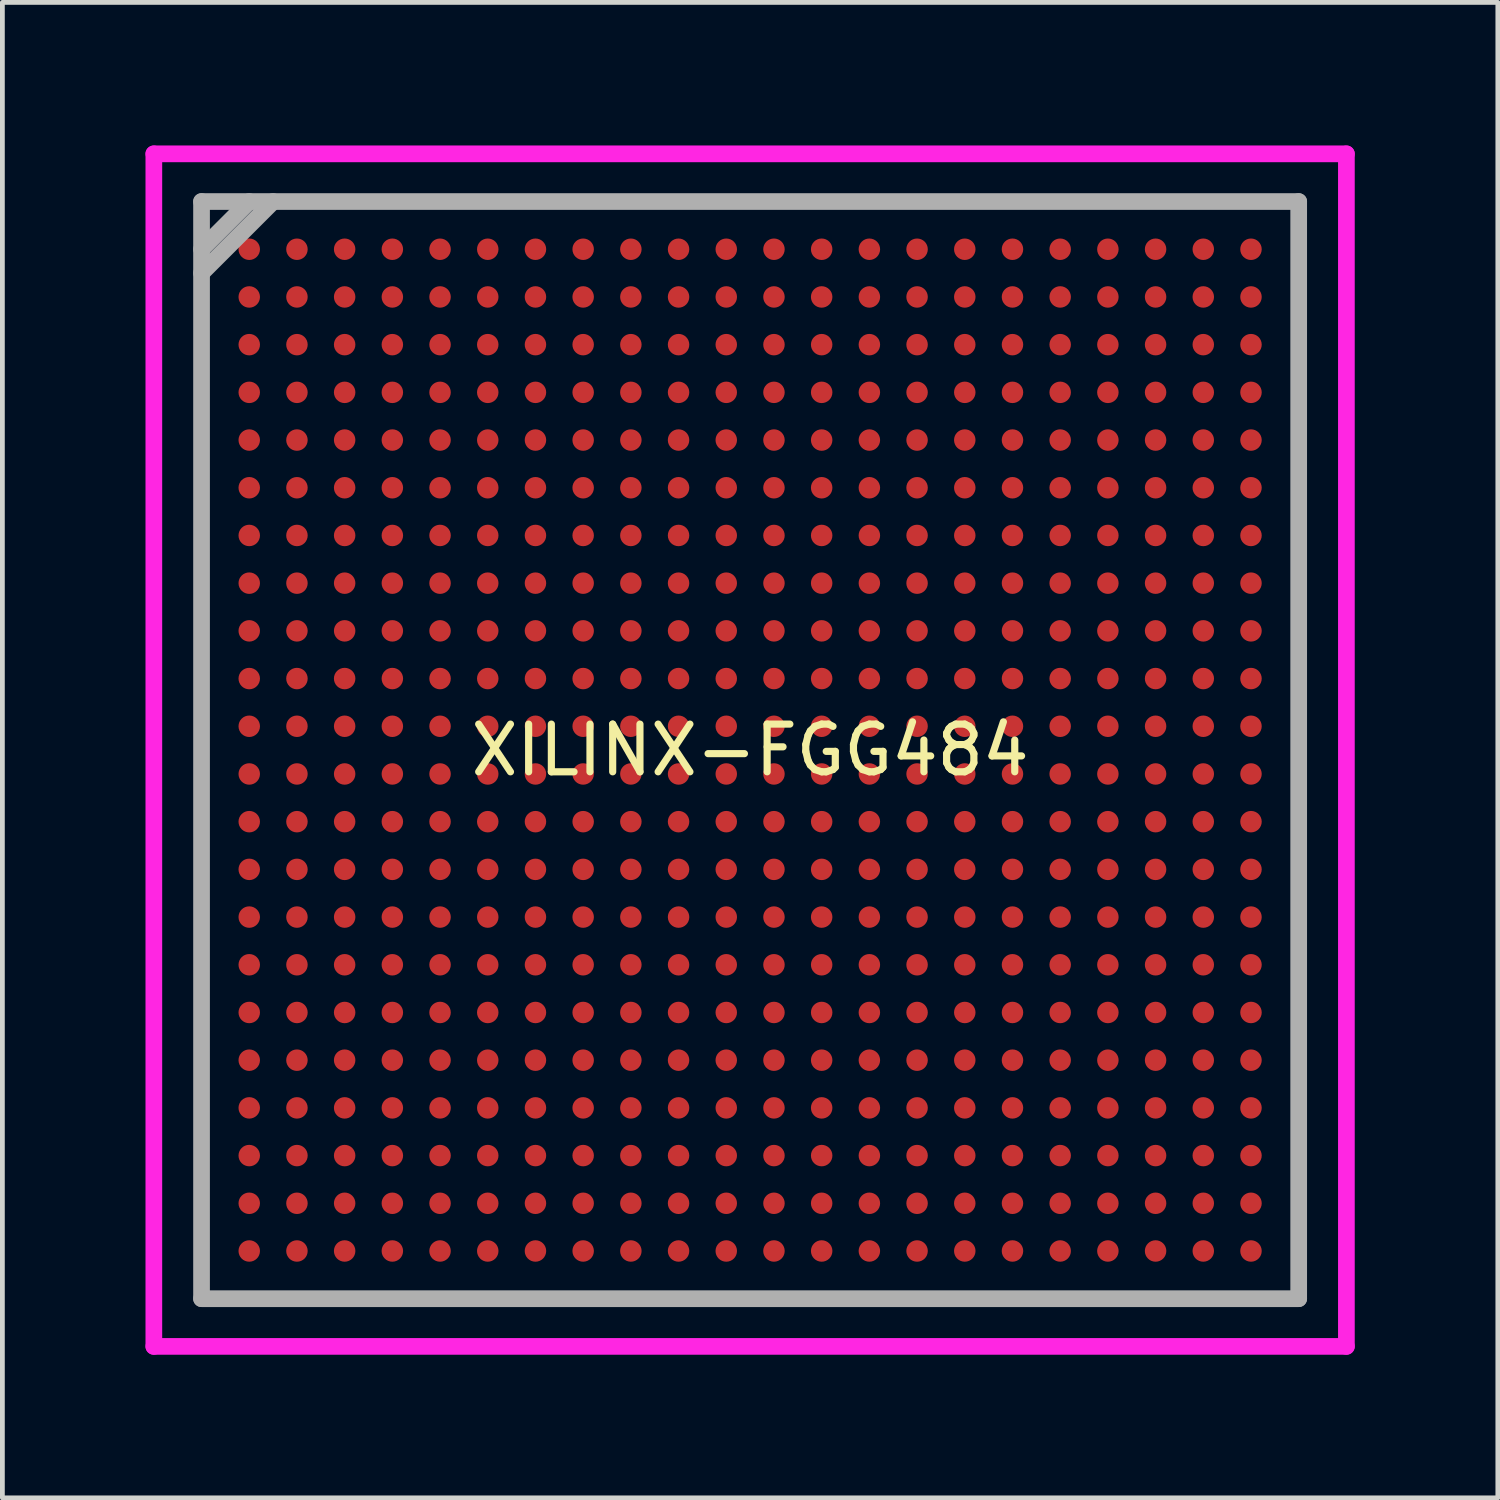
<source format=kicad_pcb>
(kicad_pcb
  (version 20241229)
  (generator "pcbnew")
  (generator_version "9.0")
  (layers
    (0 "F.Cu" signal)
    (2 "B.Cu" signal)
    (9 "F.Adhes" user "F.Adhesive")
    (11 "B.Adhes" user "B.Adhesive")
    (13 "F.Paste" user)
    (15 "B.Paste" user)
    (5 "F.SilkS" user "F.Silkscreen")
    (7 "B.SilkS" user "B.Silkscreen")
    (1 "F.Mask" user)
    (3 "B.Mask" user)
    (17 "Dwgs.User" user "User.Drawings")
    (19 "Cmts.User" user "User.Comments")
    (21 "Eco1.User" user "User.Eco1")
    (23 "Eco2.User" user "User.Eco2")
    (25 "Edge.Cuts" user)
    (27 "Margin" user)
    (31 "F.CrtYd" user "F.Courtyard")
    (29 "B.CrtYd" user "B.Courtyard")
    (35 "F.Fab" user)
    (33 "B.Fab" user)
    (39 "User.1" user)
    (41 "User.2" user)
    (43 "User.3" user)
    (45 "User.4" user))
  (footprint "XILINX-FGG484"
    (layer "F.Cu")
    (at 12.675 12.675)
    (property "Reference" "XILINX-FGG484" (at 0 0 0) (layer "F.SilkS") (effects (font (size 1 1) (thickness 0.15))))
    (attr through_hole)
    (fp_line (start -12.5 -12.5) (end 12.5 -12.5) (stroke (width 0.35) (type solid)) (layer "F.CrtYd"))
    (fp_line (start -12.5 12.5) (end -12.5 -12.5) (stroke (width 0.35) (type solid)) (layer "F.CrtYd"))
    (fp_line (start 12.5 -12.5) (end 12.5 12.5) (stroke (width 0.35) (type solid)) (layer "F.CrtYd"))
    (fp_line (start 12.5 12.5) (end -12.5 12.5) (stroke (width 0.35) (type solid)) (layer "F.CrtYd"))
    (fp_line (start -11.5 -11.5) (end 11.5 -11.5) (stroke (width 0.35) (type solid)) (layer "F.Fab"))
    (fp_line (start -11.5 -10.5) (end -10.5 -11.5) (stroke (width 0.35) (type solid)) (layer "F.Fab"))
    (fp_line (start -11.5 11.5) (end -11.5 -11.5) (stroke (width 0.35) (type solid)) (layer "F.Fab"))
    (fp_line (start -10 -11.5) (end -11.5 -10) (stroke (width 0.35) (type solid)) (layer "F.Fab"))
    (fp_line (start 11.5 -11.5) (end 11.5 11.5) (stroke (width 0.35) (type solid)) (layer "F.Fab"))
    (fp_line (start 11.5 11.5) (end -11.5 11.5) (stroke (width 0.35) (type solid)) (layer "F.Fab"))
    (pad "A1" smd circle (at -10.5 -10.5) (size 0.45 0.45) (layers "F.Cu" "F.Mask" "F.Paste"))
    (pad "A2" smd circle (at -9.5 -10.5) (size 0.45 0.45) (layers "F.Cu" "F.Mask" "F.Paste"))
    (pad "A3" smd circle (at -8.5 -10.5) (size 0.45 0.45) (layers "F.Cu" "F.Mask" "F.Paste"))
    (pad "A4" smd circle (at -7.5 -10.5) (size 0.45 0.45) (layers "F.Cu" "F.Mask" "F.Paste"))
    (pad "A5" smd circle (at -6.5 -10.5) (size 0.45 0.45) (layers "F.Cu" "F.Mask" "F.Paste"))
    (pad "A6" smd circle (at -5.5 -10.5) (size 0.45 0.45) (layers "F.Cu" "F.Mask" "F.Paste"))
    (pad "A7" smd circle (at -4.5 -10.5) (size 0.45 0.45) (layers "F.Cu" "F.Mask" "F.Paste"))
    (pad "A8" smd circle (at -3.5 -10.5) (size 0.45 0.45) (layers "F.Cu" "F.Mask" "F.Paste"))
    (pad "A9" smd circle (at -2.5 -10.5) (size 0.45 0.45) (layers "F.Cu" "F.Mask" "F.Paste"))
    (pad "A10" smd circle (at -1.5 -10.5) (size 0.45 0.45) (layers "F.Cu" "F.Mask" "F.Paste"))
    (pad "A11" smd circle (at -0.5 -10.5) (size 0.45 0.45) (layers "F.Cu" "F.Mask" "F.Paste"))
    (pad "A12" smd circle (at 0.5 -10.5) (size 0.45 0.45) (layers "F.Cu" "F.Mask" "F.Paste"))
    (pad "A13" smd circle (at 1.5 -10.5) (size 0.45 0.45) (layers "F.Cu" "F.Mask" "F.Paste"))
    (pad "A14" smd circle (at 2.5 -10.5) (size 0.45 0.45) (layers "F.Cu" "F.Mask" "F.Paste"))
    (pad "A15" smd circle (at 3.5 -10.5) (size 0.45 0.45) (layers "F.Cu" "F.Mask" "F.Paste"))
    (pad "A16" smd circle (at 4.5 -10.5) (size 0.45 0.45) (layers "F.Cu" "F.Mask" "F.Paste"))
    (pad "A17" smd circle (at 5.5 -10.5) (size 0.45 0.45) (layers "F.Cu" "F.Mask" "F.Paste"))
    (pad "A18" smd circle (at 6.5 -10.5) (size 0.45 0.45) (layers "F.Cu" "F.Mask" "F.Paste"))
    (pad "A19" smd circle (at 7.5 -10.5) (size 0.45 0.45) (layers "F.Cu" "F.Mask" "F.Paste"))
    (pad "A20" smd circle (at 8.5 -10.5) (size 0.45 0.45) (layers "F.Cu" "F.Mask" "F.Paste"))
    (pad "A21" smd circle (at 9.5 -10.5) (size 0.45 0.45) (layers "F.Cu" "F.Mask" "F.Paste"))
    (pad "A22" smd circle (at 10.5 -10.5) (size 0.45 0.45) (layers "F.Cu" "F.Mask" "F.Paste"))
    (pad "AA1" smd circle (at -10.5 9.5) (size 0.45 0.45) (layers "F.Cu" "F.Mask" "F.Paste"))
    (pad "AA2" smd circle (at -9.5 9.5) (size 0.45 0.45) (layers "F.Cu" "F.Mask" "F.Paste"))
    (pad "AA3" smd circle (at -8.5 9.5) (size 0.45 0.45) (layers "F.Cu" "F.Mask" "F.Paste"))
    (pad "AA4" smd circle (at -7.5 9.5) (size 0.45 0.45) (layers "F.Cu" "F.Mask" "F.Paste"))
    (pad "AA5" smd circle (at -6.5 9.5) (size 0.45 0.45) (layers "F.Cu" "F.Mask" "F.Paste"))
    (pad "AA6" smd circle (at -5.5 9.5) (size 0.45 0.45) (layers "F.Cu" "F.Mask" "F.Paste"))
    (pad "AA7" smd circle (at -4.5 9.5) (size 0.45 0.45) (layers "F.Cu" "F.Mask" "F.Paste"))
    (pad "AA8" smd circle (at -3.5 9.5) (size 0.45 0.45) (layers "F.Cu" "F.Mask" "F.Paste"))
    (pad "AA9" smd circle (at -2.5 9.5) (size 0.45 0.45) (layers "F.Cu" "F.Mask" "F.Paste"))
    (pad "AA10" smd circle (at -1.5 9.5) (size 0.45 0.45) (layers "F.Cu" "F.Mask" "F.Paste"))
    (pad "AA11" smd circle (at -0.5 9.5) (size 0.45 0.45) (layers "F.Cu" "F.Mask" "F.Paste"))
    (pad "AA12" smd circle (at 0.5 9.5) (size 0.45 0.45) (layers "F.Cu" "F.Mask" "F.Paste"))
    (pad "AA13" smd circle (at 1.5 9.5) (size 0.45 0.45) (layers "F.Cu" "F.Mask" "F.Paste"))
    (pad "AA14" smd circle (at 2.5 9.5) (size 0.45 0.45) (layers "F.Cu" "F.Mask" "F.Paste"))
    (pad "AA15" smd circle (at 3.5 9.5) (size 0.45 0.45) (layers "F.Cu" "F.Mask" "F.Paste"))
    (pad "AA16" smd circle (at 4.5 9.5) (size 0.45 0.45) (layers "F.Cu" "F.Mask" "F.Paste"))
    (pad "AA17" smd circle (at 5.5 9.5) (size 0.45 0.45) (layers "F.Cu" "F.Mask" "F.Paste"))
    (pad "AA18" smd circle (at 6.5 9.5) (size 0.45 0.45) (layers "F.Cu" "F.Mask" "F.Paste"))
    (pad "AA19" smd circle (at 7.5 9.5) (size 0.45 0.45) (layers "F.Cu" "F.Mask" "F.Paste"))
    (pad "AA20" smd circle (at 8.5 9.5) (size 0.45 0.45) (layers "F.Cu" "F.Mask" "F.Paste"))
    (pad "AA21" smd circle (at 9.5 9.5) (size 0.45 0.45) (layers "F.Cu" "F.Mask" "F.Paste"))
    (pad "AA22" smd circle (at 10.5 9.5) (size 0.45 0.45) (layers "F.Cu" "F.Mask" "F.Paste"))
    (pad "AB1" smd circle (at -10.5 10.5) (size 0.45 0.45) (layers "F.Cu" "F.Mask" "F.Paste"))
    (pad "AB2" smd circle (at -9.5 10.5) (size 0.45 0.45) (layers "F.Cu" "F.Mask" "F.Paste"))
    (pad "AB3" smd circle (at -8.5 10.5) (size 0.45 0.45) (layers "F.Cu" "F.Mask" "F.Paste"))
    (pad "AB4" smd circle (at -7.5 10.5) (size 0.45 0.45) (layers "F.Cu" "F.Mask" "F.Paste"))
    (pad "AB5" smd circle (at -6.5 10.5) (size 0.45 0.45) (layers "F.Cu" "F.Mask" "F.Paste"))
    (pad "AB6" smd circle (at -5.5 10.5) (size 0.45 0.45) (layers "F.Cu" "F.Mask" "F.Paste"))
    (pad "AB7" smd circle (at -4.5 10.5) (size 0.45 0.45) (layers "F.Cu" "F.Mask" "F.Paste"))
    (pad "AB8" smd circle (at -3.5 10.5) (size 0.45 0.45) (layers "F.Cu" "F.Mask" "F.Paste"))
    (pad "AB9" smd circle (at -2.5 10.5) (size 0.45 0.45) (layers "F.Cu" "F.Mask" "F.Paste"))
    (pad "AB10" smd circle (at -1.5 10.5) (size 0.45 0.45) (layers "F.Cu" "F.Mask" "F.Paste"))
    (pad "AB11" smd circle (at -0.5 10.5) (size 0.45 0.45) (layers "F.Cu" "F.Mask" "F.Paste"))
    (pad "AB12" smd circle (at 0.5 10.5) (size 0.45 0.45) (layers "F.Cu" "F.Mask" "F.Paste"))
    (pad "AB13" smd circle (at 1.5 10.5) (size 0.45 0.45) (layers "F.Cu" "F.Mask" "F.Paste"))
    (pad "AB14" smd circle (at 2.5 10.5) (size 0.45 0.45) (layers "F.Cu" "F.Mask" "F.Paste"))
    (pad "AB15" smd circle (at 3.5 10.5) (size 0.45 0.45) (layers "F.Cu" "F.Mask" "F.Paste"))
    (pad "AB16" smd circle (at 4.5 10.5) (size 0.45 0.45) (layers "F.Cu" "F.Mask" "F.Paste"))
    (pad "AB17" smd circle (at 5.5 10.5) (size 0.45 0.45) (layers "F.Cu" "F.Mask" "F.Paste"))
    (pad "AB18" smd circle (at 6.5 10.5) (size 0.45 0.45) (layers "F.Cu" "F.Mask" "F.Paste"))
    (pad "AB19" smd circle (at 7.5 10.5) (size 0.45 0.45) (layers "F.Cu" "F.Mask" "F.Paste"))
    (pad "AB20" smd circle (at 8.5 10.5) (size 0.45 0.45) (layers "F.Cu" "F.Mask" "F.Paste"))
    (pad "AB21" smd circle (at 9.5 10.5) (size 0.45 0.45) (layers "F.Cu" "F.Mask" "F.Paste"))
    (pad "AB22" smd circle (at 10.5 10.5) (size 0.45 0.45) (layers "F.Cu" "F.Mask" "F.Paste"))
    (pad "B1" smd circle (at -10.5 -9.5) (size 0.45 0.45) (layers "F.Cu" "F.Mask" "F.Paste"))
    (pad "B2" smd circle (at -9.5 -9.5) (size 0.45 0.45) (layers "F.Cu" "F.Mask" "F.Paste"))
    (pad "B3" smd circle (at -8.5 -9.5) (size 0.45 0.45) (layers "F.Cu" "F.Mask" "F.Paste"))
    (pad "B4" smd circle (at -7.5 -9.5) (size 0.45 0.45) (layers "F.Cu" "F.Mask" "F.Paste"))
    (pad "B5" smd circle (at -6.5 -9.5) (size 0.45 0.45) (layers "F.Cu" "F.Mask" "F.Paste"))
    (pad "B6" smd circle (at -5.5 -9.5) (size 0.45 0.45) (layers "F.Cu" "F.Mask" "F.Paste"))
    (pad "B7" smd circle (at -4.5 -9.5) (size 0.45 0.45) (layers "F.Cu" "F.Mask" "F.Paste"))
    (pad "B8" smd circle (at -3.5 -9.5) (size 0.45 0.45) (layers "F.Cu" "F.Mask" "F.Paste"))
    (pad "B9" smd circle (at -2.5 -9.5) (size 0.45 0.45) (layers "F.Cu" "F.Mask" "F.Paste"))
    (pad "B10" smd circle (at -1.5 -9.5) (size 0.45 0.45) (layers "F.Cu" "F.Mask" "F.Paste"))
    (pad "B11" smd circle (at -0.5 -9.5) (size 0.45 0.45) (layers "F.Cu" "F.Mask" "F.Paste"))
    (pad "B12" smd circle (at 0.5 -9.5) (size 0.45 0.45) (layers "F.Cu" "F.Mask" "F.Paste"))
    (pad "B13" smd circle (at 1.5 -9.5) (size 0.45 0.45) (layers "F.Cu" "F.Mask" "F.Paste"))
    (pad "B14" smd circle (at 2.5 -9.5) (size 0.45 0.45) (layers "F.Cu" "F.Mask" "F.Paste"))
    (pad "B15" smd circle (at 3.5 -9.5) (size 0.45 0.45) (layers "F.Cu" "F.Mask" "F.Paste"))
    (pad "B16" smd circle (at 4.5 -9.5) (size 0.45 0.45) (layers "F.Cu" "F.Mask" "F.Paste"))
    (pad "B17" smd circle (at 5.5 -9.5) (size 0.45 0.45) (layers "F.Cu" "F.Mask" "F.Paste"))
    (pad "B18" smd circle (at 6.5 -9.5) (size 0.45 0.45) (layers "F.Cu" "F.Mask" "F.Paste"))
    (pad "B19" smd circle (at 7.5 -9.5) (size 0.45 0.45) (layers "F.Cu" "F.Mask" "F.Paste"))
    (pad "B20" smd circle (at 8.5 -9.5) (size 0.45 0.45) (layers "F.Cu" "F.Mask" "F.Paste"))
    (pad "B21" smd circle (at 9.5 -9.5) (size 0.45 0.45) (layers "F.Cu" "F.Mask" "F.Paste"))
    (pad "B22" smd circle (at 10.5 -9.5) (size 0.45 0.45) (layers "F.Cu" "F.Mask" "F.Paste"))
    (pad "C1" smd circle (at -10.5 -8.5) (size 0.45 0.45) (layers "F.Cu" "F.Mask" "F.Paste"))
    (pad "C2" smd circle (at -9.5 -8.5) (size 0.45 0.45) (layers "F.Cu" "F.Mask" "F.Paste"))
    (pad "C3" smd circle (at -8.5 -8.5) (size 0.45 0.45) (layers "F.Cu" "F.Mask" "F.Paste"))
    (pad "C4" smd circle (at -7.5 -8.5) (size 0.45 0.45) (layers "F.Cu" "F.Mask" "F.Paste"))
    (pad "C5" smd circle (at -6.5 -8.5) (size 0.45 0.45) (layers "F.Cu" "F.Mask" "F.Paste"))
    (pad "C6" smd circle (at -5.5 -8.5) (size 0.45 0.45) (layers "F.Cu" "F.Mask" "F.Paste"))
    (pad "C7" smd circle (at -4.5 -8.5) (size 0.45 0.45) (layers "F.Cu" "F.Mask" "F.Paste"))
    (pad "C8" smd circle (at -3.5 -8.5) (size 0.45 0.45) (layers "F.Cu" "F.Mask" "F.Paste"))
    (pad "C9" smd circle (at -2.5 -8.5) (size 0.45 0.45) (layers "F.Cu" "F.Mask" "F.Paste"))
    (pad "C10" smd circle (at -1.5 -8.5) (size 0.45 0.45) (layers "F.Cu" "F.Mask" "F.Paste"))
    (pad "C11" smd circle (at -0.5 -8.5) (size 0.45 0.45) (layers "F.Cu" "F.Mask" "F.Paste"))
    (pad "C12" smd circle (at 0.5 -8.5) (size 0.45 0.45) (layers "F.Cu" "F.Mask" "F.Paste"))
    (pad "C13" smd circle (at 1.5 -8.5) (size 0.45 0.45) (layers "F.Cu" "F.Mask" "F.Paste"))
    (pad "C14" smd circle (at 2.5 -8.5) (size 0.45 0.45) (layers "F.Cu" "F.Mask" "F.Paste"))
    (pad "C15" smd circle (at 3.5 -8.5) (size 0.45 0.45) (layers "F.Cu" "F.Mask" "F.Paste"))
    (pad "C16" smd circle (at 4.5 -8.5) (size 0.45 0.45) (layers "F.Cu" "F.Mask" "F.Paste"))
    (pad "C17" smd circle (at 5.5 -8.5) (size 0.45 0.45) (layers "F.Cu" "F.Mask" "F.Paste"))
    (pad "C18" smd circle (at 6.5 -8.5) (size 0.45 0.45) (layers "F.Cu" "F.Mask" "F.Paste"))
    (pad "C19" smd circle (at 7.5 -8.5) (size 0.45 0.45) (layers "F.Cu" "F.Mask" "F.Paste"))
    (pad "C20" smd circle (at 8.5 -8.5) (size 0.45 0.45) (layers "F.Cu" "F.Mask" "F.Paste"))
    (pad "C21" smd circle (at 9.5 -8.5) (size 0.45 0.45) (layers "F.Cu" "F.Mask" "F.Paste"))
    (pad "C22" smd circle (at 10.5 -8.5) (size 0.45 0.45) (layers "F.Cu" "F.Mask" "F.Paste"))
    (pad "D1" smd circle (at -10.5 -7.5) (size 0.45 0.45) (layers "F.Cu" "F.Mask" "F.Paste"))
    (pad "D2" smd circle (at -9.5 -7.5) (size 0.45 0.45) (layers "F.Cu" "F.Mask" "F.Paste"))
    (pad "D3" smd circle (at -8.5 -7.5) (size 0.45 0.45) (layers "F.Cu" "F.Mask" "F.Paste"))
    (pad "D4" smd circle (at -7.5 -7.5) (size 0.45 0.45) (layers "F.Cu" "F.Mask" "F.Paste"))
    (pad "D5" smd circle (at -6.5 -7.5) (size 0.45 0.45) (layers "F.Cu" "F.Mask" "F.Paste"))
    (pad "D6" smd circle (at -5.5 -7.5) (size 0.45 0.45) (layers "F.Cu" "F.Mask" "F.Paste"))
    (pad "D7" smd circle (at -4.5 -7.5) (size 0.45 0.45) (layers "F.Cu" "F.Mask" "F.Paste"))
    (pad "D8" smd circle (at -3.5 -7.5) (size 0.45 0.45) (layers "F.Cu" "F.Mask" "F.Paste"))
    (pad "D9" smd circle (at -2.5 -7.5) (size 0.45 0.45) (layers "F.Cu" "F.Mask" "F.Paste"))
    (pad "D10" smd circle (at -1.5 -7.5) (size 0.45 0.45) (layers "F.Cu" "F.Mask" "F.Paste"))
    (pad "D11" smd circle (at -0.5 -7.5) (size 0.45 0.45) (layers "F.Cu" "F.Mask" "F.Paste"))
    (pad "D12" smd circle (at 0.5 -7.5) (size 0.45 0.45) (layers "F.Cu" "F.Mask" "F.Paste"))
    (pad "D13" smd circle (at 1.5 -7.5) (size 0.45 0.45) (layers "F.Cu" "F.Mask" "F.Paste"))
    (pad "D14" smd circle (at 2.5 -7.5) (size 0.45 0.45) (layers "F.Cu" "F.Mask" "F.Paste"))
    (pad "D15" smd circle (at 3.5 -7.5) (size 0.45 0.45) (layers "F.Cu" "F.Mask" "F.Paste"))
    (pad "D16" smd circle (at 4.5 -7.5) (size 0.45 0.45) (layers "F.Cu" "F.Mask" "F.Paste"))
    (pad "D17" smd circle (at 5.5 -7.5) (size 0.45 0.45) (layers "F.Cu" "F.Mask" "F.Paste"))
    (pad "D18" smd circle (at 6.5 -7.5) (size 0.45 0.45) (layers "F.Cu" "F.Mask" "F.Paste"))
    (pad "D19" smd circle (at 7.5 -7.5) (size 0.45 0.45) (layers "F.Cu" "F.Mask" "F.Paste"))
    (pad "D20" smd circle (at 8.5 -7.5) (size 0.45 0.45) (layers "F.Cu" "F.Mask" "F.Paste"))
    (pad "D21" smd circle (at 9.5 -7.5) (size 0.45 0.45) (layers "F.Cu" "F.Mask" "F.Paste"))
    (pad "D22" smd circle (at 10.5 -7.5) (size 0.45 0.45) (layers "F.Cu" "F.Mask" "F.Paste"))
    (pad "E1" smd circle (at -10.5 -6.5) (size 0.45 0.45) (layers "F.Cu" "F.Mask" "F.Paste"))
    (pad "E2" smd circle (at -9.5 -6.5) (size 0.45 0.45) (layers "F.Cu" "F.Mask" "F.Paste"))
    (pad "E3" smd circle (at -8.5 -6.5) (size 0.45 0.45) (layers "F.Cu" "F.Mask" "F.Paste"))
    (pad "E4" smd circle (at -7.5 -6.5) (size 0.45 0.45) (layers "F.Cu" "F.Mask" "F.Paste"))
    (pad "E5" smd circle (at -6.5 -6.5) (size 0.45 0.45) (layers "F.Cu" "F.Mask" "F.Paste"))
    (pad "E6" smd circle (at -5.5 -6.5) (size 0.45 0.45) (layers "F.Cu" "F.Mask" "F.Paste"))
    (pad "E7" smd circle (at -4.5 -6.5) (size 0.45 0.45) (layers "F.Cu" "F.Mask" "F.Paste"))
    (pad "E8" smd circle (at -3.5 -6.5) (size 0.45 0.45) (layers "F.Cu" "F.Mask" "F.Paste"))
    (pad "E9" smd circle (at -2.5 -6.5) (size 0.45 0.45) (layers "F.Cu" "F.Mask" "F.Paste"))
    (pad "E10" smd circle (at -1.5 -6.5) (size 0.45 0.45) (layers "F.Cu" "F.Mask" "F.Paste"))
    (pad "E11" smd circle (at -0.5 -6.5) (size 0.45 0.45) (layers "F.Cu" "F.Mask" "F.Paste"))
    (pad "E12" smd circle (at 0.5 -6.5) (size 0.45 0.45) (layers "F.Cu" "F.Mask" "F.Paste"))
    (pad "E13" smd circle (at 1.5 -6.5) (size 0.45 0.45) (layers "F.Cu" "F.Mask" "F.Paste"))
    (pad "E14" smd circle (at 2.5 -6.5) (size 0.45 0.45) (layers "F.Cu" "F.Mask" "F.Paste"))
    (pad "E15" smd circle (at 3.5 -6.5) (size 0.45 0.45) (layers "F.Cu" "F.Mask" "F.Paste"))
    (pad "E16" smd circle (at 4.5 -6.5) (size 0.45 0.45) (layers "F.Cu" "F.Mask" "F.Paste"))
    (pad "E17" smd circle (at 5.5 -6.5) (size 0.45 0.45) (layers "F.Cu" "F.Mask" "F.Paste"))
    (pad "E18" smd circle (at 6.5 -6.5) (size 0.45 0.45) (layers "F.Cu" "F.Mask" "F.Paste"))
    (pad "E19" smd circle (at 7.5 -6.5) (size 0.45 0.45) (layers "F.Cu" "F.Mask" "F.Paste"))
    (pad "E20" smd circle (at 8.5 -6.5) (size 0.45 0.45) (layers "F.Cu" "F.Mask" "F.Paste"))
    (pad "E21" smd circle (at 9.5 -6.5) (size 0.45 0.45) (layers "F.Cu" "F.Mask" "F.Paste"))
    (pad "E22" smd circle (at 10.5 -6.5) (size 0.45 0.45) (layers "F.Cu" "F.Mask" "F.Paste"))
    (pad "F1" smd circle (at -10.5 -5.5) (size 0.45 0.45) (layers "F.Cu" "F.Mask" "F.Paste"))
    (pad "F2" smd circle (at -9.5 -5.5) (size 0.45 0.45) (layers "F.Cu" "F.Mask" "F.Paste"))
    (pad "F3" smd circle (at -8.5 -5.5) (size 0.45 0.45) (layers "F.Cu" "F.Mask" "F.Paste"))
    (pad "F4" smd circle (at -7.5 -5.5) (size 0.45 0.45) (layers "F.Cu" "F.Mask" "F.Paste"))
    (pad "F5" smd circle (at -6.5 -5.5) (size 0.45 0.45) (layers "F.Cu" "F.Mask" "F.Paste"))
    (pad "F6" smd circle (at -5.5 -5.5) (size 0.45 0.45) (layers "F.Cu" "F.Mask" "F.Paste"))
    (pad "F7" smd circle (at -4.5 -5.5) (size 0.45 0.45) (layers "F.Cu" "F.Mask" "F.Paste"))
    (pad "F8" smd circle (at -3.5 -5.5) (size 0.45 0.45) (layers "F.Cu" "F.Mask" "F.Paste"))
    (pad "F9" smd circle (at -2.5 -5.5) (size 0.45 0.45) (layers "F.Cu" "F.Mask" "F.Paste"))
    (pad "F10" smd circle (at -1.5 -5.5) (size 0.45 0.45) (layers "F.Cu" "F.Mask" "F.Paste"))
    (pad "F11" smd circle (at -0.5 -5.5) (size 0.45 0.45) (layers "F.Cu" "F.Mask" "F.Paste"))
    (pad "F12" smd circle (at 0.5 -5.5) (size 0.45 0.45) (layers "F.Cu" "F.Mask" "F.Paste"))
    (pad "F13" smd circle (at 1.5 -5.5) (size 0.45 0.45) (layers "F.Cu" "F.Mask" "F.Paste"))
    (pad "F14" smd circle (at 2.5 -5.5) (size 0.45 0.45) (layers "F.Cu" "F.Mask" "F.Paste"))
    (pad "F15" smd circle (at 3.5 -5.5) (size 0.45 0.45) (layers "F.Cu" "F.Mask" "F.Paste"))
    (pad "F16" smd circle (at 4.5 -5.5) (size 0.45 0.45) (layers "F.Cu" "F.Mask" "F.Paste"))
    (pad "F17" smd circle (at 5.5 -5.5) (size 0.45 0.45) (layers "F.Cu" "F.Mask" "F.Paste"))
    (pad "F18" smd circle (at 6.5 -5.5) (size 0.45 0.45) (layers "F.Cu" "F.Mask" "F.Paste"))
    (pad "F19" smd circle (at 7.5 -5.5) (size 0.45 0.45) (layers "F.Cu" "F.Mask" "F.Paste"))
    (pad "F20" smd circle (at 8.5 -5.5) (size 0.45 0.45) (layers "F.Cu" "F.Mask" "F.Paste"))
    (pad "F21" smd circle (at 9.5 -5.5) (size 0.45 0.45) (layers "F.Cu" "F.Mask" "F.Paste"))
    (pad "F22" smd circle (at 10.5 -5.5) (size 0.45 0.45) (layers "F.Cu" "F.Mask" "F.Paste"))
    (pad "G1" smd circle (at -10.5 -4.5) (size 0.45 0.45) (layers "F.Cu" "F.Mask" "F.Paste"))
    (pad "G2" smd circle (at -9.5 -4.5) (size 0.45 0.45) (layers "F.Cu" "F.Mask" "F.Paste"))
    (pad "G3" smd circle (at -8.5 -4.5) (size 0.45 0.45) (layers "F.Cu" "F.Mask" "F.Paste"))
    (pad "G4" smd circle (at -7.5 -4.5) (size 0.45 0.45) (layers "F.Cu" "F.Mask" "F.Paste"))
    (pad "G5" smd circle (at -6.5 -4.5) (size 0.45 0.45) (layers "F.Cu" "F.Mask" "F.Paste"))
    (pad "G6" smd circle (at -5.5 -4.5) (size 0.45 0.45) (layers "F.Cu" "F.Mask" "F.Paste"))
    (pad "G7" smd circle (at -4.5 -4.5) (size 0.45 0.45) (layers "F.Cu" "F.Mask" "F.Paste"))
    (pad "G8" smd circle (at -3.5 -4.5) (size 0.45 0.45) (layers "F.Cu" "F.Mask" "F.Paste"))
    (pad "G9" smd circle (at -2.5 -4.5) (size 0.45 0.45) (layers "F.Cu" "F.Mask" "F.Paste"))
    (pad "G10" smd circle (at -1.5 -4.5) (size 0.45 0.45) (layers "F.Cu" "F.Mask" "F.Paste"))
    (pad "G11" smd circle (at -0.5 -4.5) (size 0.45 0.45) (layers "F.Cu" "F.Mask" "F.Paste"))
    (pad "G12" smd circle (at 0.5 -4.5) (size 0.45 0.45) (layers "F.Cu" "F.Mask" "F.Paste"))
    (pad "G13" smd circle (at 1.5 -4.5) (size 0.45 0.45) (layers "F.Cu" "F.Mask" "F.Paste"))
    (pad "G14" smd circle (at 2.5 -4.5) (size 0.45 0.45) (layers "F.Cu" "F.Mask" "F.Paste"))
    (pad "G15" smd circle (at 3.5 -4.5) (size 0.45 0.45) (layers "F.Cu" "F.Mask" "F.Paste"))
    (pad "G16" smd circle (at 4.5 -4.5) (size 0.45 0.45) (layers "F.Cu" "F.Mask" "F.Paste"))
    (pad "G17" smd circle (at 5.5 -4.5) (size 0.45 0.45) (layers "F.Cu" "F.Mask" "F.Paste"))
    (pad "G18" smd circle (at 6.5 -4.5) (size 0.45 0.45) (layers "F.Cu" "F.Mask" "F.Paste"))
    (pad "G19" smd circle (at 7.5 -4.5) (size 0.45 0.45) (layers "F.Cu" "F.Mask" "F.Paste"))
    (pad "G20" smd circle (at 8.5 -4.5) (size 0.45 0.45) (layers "F.Cu" "F.Mask" "F.Paste"))
    (pad "G21" smd circle (at 9.5 -4.5) (size 0.45 0.45) (layers "F.Cu" "F.Mask" "F.Paste"))
    (pad "G22" smd circle (at 10.5 -4.5) (size 0.45 0.45) (layers "F.Cu" "F.Mask" "F.Paste"))
    (pad "H1" smd circle (at -10.5 -3.5) (size 0.45 0.45) (layers "F.Cu" "F.Mask" "F.Paste"))
    (pad "H2" smd circle (at -9.5 -3.5) (size 0.45 0.45) (layers "F.Cu" "F.Mask" "F.Paste"))
    (pad "H3" smd circle (at -8.5 -3.5) (size 0.45 0.45) (layers "F.Cu" "F.Mask" "F.Paste"))
    (pad "H4" smd circle (at -7.5 -3.5) (size 0.45 0.45) (layers "F.Cu" "F.Mask" "F.Paste"))
    (pad "H5" smd circle (at -6.5 -3.5) (size 0.45 0.45) (layers "F.Cu" "F.Mask" "F.Paste"))
    (pad "H6" smd circle (at -5.5 -3.5) (size 0.45 0.45) (layers "F.Cu" "F.Mask" "F.Paste"))
    (pad "H7" smd circle (at -4.5 -3.5) (size 0.45 0.45) (layers "F.Cu" "F.Mask" "F.Paste"))
    (pad "H8" smd circle (at -3.5 -3.5) (size 0.45 0.45) (layers "F.Cu" "F.Mask" "F.Paste"))
    (pad "H9" smd circle (at -2.5 -3.5) (size 0.45 0.45) (layers "F.Cu" "F.Mask" "F.Paste"))
    (pad "H10" smd circle (at -1.5 -3.5) (size 0.45 0.45) (layers "F.Cu" "F.Mask" "F.Paste"))
    (pad "H11" smd circle (at -0.5 -3.5) (size 0.45 0.45) (layers "F.Cu" "F.Mask" "F.Paste"))
    (pad "H12" smd circle (at 0.5 -3.5) (size 0.45 0.45) (layers "F.Cu" "F.Mask" "F.Paste"))
    (pad "H13" smd circle (at 1.5 -3.5) (size 0.45 0.45) (layers "F.Cu" "F.Mask" "F.Paste"))
    (pad "H14" smd circle (at 2.5 -3.5) (size 0.45 0.45) (layers "F.Cu" "F.Mask" "F.Paste"))
    (pad "H15" smd circle (at 3.5 -3.5) (size 0.45 0.45) (layers "F.Cu" "F.Mask" "F.Paste"))
    (pad "H16" smd circle (at 4.5 -3.5) (size 0.45 0.45) (layers "F.Cu" "F.Mask" "F.Paste"))
    (pad "H17" smd circle (at 5.5 -3.5) (size 0.45 0.45) (layers "F.Cu" "F.Mask" "F.Paste"))
    (pad "H18" smd circle (at 6.5 -3.5) (size 0.45 0.45) (layers "F.Cu" "F.Mask" "F.Paste"))
    (pad "H19" smd circle (at 7.5 -3.5) (size 0.45 0.45) (layers "F.Cu" "F.Mask" "F.Paste"))
    (pad "H20" smd circle (at 8.5 -3.5) (size 0.45 0.45) (layers "F.Cu" "F.Mask" "F.Paste"))
    (pad "H21" smd circle (at 9.5 -3.5) (size 0.45 0.45) (layers "F.Cu" "F.Mask" "F.Paste"))
    (pad "H22" smd circle (at 10.5 -3.5) (size 0.45 0.45) (layers "F.Cu" "F.Mask" "F.Paste"))
    (pad "J1" smd circle (at -10.5 -2.5) (size 0.45 0.45) (layers "F.Cu" "F.Mask" "F.Paste"))
    (pad "J2" smd circle (at -9.5 -2.5) (size 0.45 0.45) (layers "F.Cu" "F.Mask" "F.Paste"))
    (pad "J3" smd circle (at -8.5 -2.5) (size 0.45 0.45) (layers "F.Cu" "F.Mask" "F.Paste"))
    (pad "J4" smd circle (at -7.5 -2.5) (size 0.45 0.45) (layers "F.Cu" "F.Mask" "F.Paste"))
    (pad "J5" smd circle (at -6.5 -2.5) (size 0.45 0.45) (layers "F.Cu" "F.Mask" "F.Paste"))
    (pad "J6" smd circle (at -5.5 -2.5) (size 0.45 0.45) (layers "F.Cu" "F.Mask" "F.Paste"))
    (pad "J7" smd circle (at -4.5 -2.5) (size 0.45 0.45) (layers "F.Cu" "F.Mask" "F.Paste"))
    (pad "J8" smd circle (at -3.5 -2.5) (size 0.45 0.45) (layers "F.Cu" "F.Mask" "F.Paste"))
    (pad "J9" smd circle (at -2.5 -2.5) (size 0.45 0.45) (layers "F.Cu" "F.Mask" "F.Paste"))
    (pad "J10" smd circle (at -1.5 -2.5) (size 0.45 0.45) (layers "F.Cu" "F.Mask" "F.Paste"))
    (pad "J11" smd circle (at -0.5 -2.5) (size 0.45 0.45) (layers "F.Cu" "F.Mask" "F.Paste"))
    (pad "J12" smd circle (at 0.5 -2.5) (size 0.45 0.45) (layers "F.Cu" "F.Mask" "F.Paste"))
    (pad "J13" smd circle (at 1.5 -2.5) (size 0.45 0.45) (layers "F.Cu" "F.Mask" "F.Paste"))
    (pad "J14" smd circle (at 2.5 -2.5) (size 0.45 0.45) (layers "F.Cu" "F.Mask" "F.Paste"))
    (pad "J15" smd circle (at 3.5 -2.5) (size 0.45 0.45) (layers "F.Cu" "F.Mask" "F.Paste"))
    (pad "J16" smd circle (at 4.5 -2.5) (size 0.45 0.45) (layers "F.Cu" "F.Mask" "F.Paste"))
    (pad "J17" smd circle (at 5.5 -2.5) (size 0.45 0.45) (layers "F.Cu" "F.Mask" "F.Paste"))
    (pad "J18" smd circle (at 6.5 -2.5) (size 0.45 0.45) (layers "F.Cu" "F.Mask" "F.Paste"))
    (pad "J19" smd circle (at 7.5 -2.5) (size 0.45 0.45) (layers "F.Cu" "F.Mask" "F.Paste"))
    (pad "J20" smd circle (at 8.5 -2.5) (size 0.45 0.45) (layers "F.Cu" "F.Mask" "F.Paste"))
    (pad "J21" smd circle (at 9.5 -2.5) (size 0.45 0.45) (layers "F.Cu" "F.Mask" "F.Paste"))
    (pad "J22" smd circle (at 10.5 -2.5) (size 0.45 0.45) (layers "F.Cu" "F.Mask" "F.Paste"))
    (pad "K1" smd circle (at -10.5 -1.5) (size 0.45 0.45) (layers "F.Cu" "F.Mask" "F.Paste"))
    (pad "K2" smd circle (at -9.5 -1.5) (size 0.45 0.45) (layers "F.Cu" "F.Mask" "F.Paste"))
    (pad "K3" smd circle (at -8.5 -1.5) (size 0.45 0.45) (layers "F.Cu" "F.Mask" "F.Paste"))
    (pad "K4" smd circle (at -7.5 -1.5) (size 0.45 0.45) (layers "F.Cu" "F.Mask" "F.Paste"))
    (pad "K5" smd circle (at -6.5 -1.5) (size 0.45 0.45) (layers "F.Cu" "F.Mask" "F.Paste"))
    (pad "K6" smd circle (at -5.5 -1.5) (size 0.45 0.45) (layers "F.Cu" "F.Mask" "F.Paste"))
    (pad "K7" smd circle (at -4.5 -1.5) (size 0.45 0.45) (layers "F.Cu" "F.Mask" "F.Paste"))
    (pad "K8" smd circle (at -3.5 -1.5) (size 0.45 0.45) (layers "F.Cu" "F.Mask" "F.Paste"))
    (pad "K9" smd circle (at -2.5 -1.5) (size 0.45 0.45) (layers "F.Cu" "F.Mask" "F.Paste"))
    (pad "K10" smd circle (at -1.5 -1.5) (size 0.45 0.45) (layers "F.Cu" "F.Mask" "F.Paste"))
    (pad "K11" smd circle (at -0.5 -1.5) (size 0.45 0.45) (layers "F.Cu" "F.Mask" "F.Paste"))
    (pad "K12" smd circle (at 0.5 -1.5) (size 0.45 0.45) (layers "F.Cu" "F.Mask" "F.Paste"))
    (pad "K13" smd circle (at 1.5 -1.5) (size 0.45 0.45) (layers "F.Cu" "F.Mask" "F.Paste"))
    (pad "K14" smd circle (at 2.5 -1.5) (size 0.45 0.45) (layers "F.Cu" "F.Mask" "F.Paste"))
    (pad "K15" smd circle (at 3.5 -1.5) (size 0.45 0.45) (layers "F.Cu" "F.Mask" "F.Paste"))
    (pad "K16" smd circle (at 4.5 -1.5) (size 0.45 0.45) (layers "F.Cu" "F.Mask" "F.Paste"))
    (pad "K17" smd circle (at 5.5 -1.5) (size 0.45 0.45) (layers "F.Cu" "F.Mask" "F.Paste"))
    (pad "K18" smd circle (at 6.5 -1.5) (size 0.45 0.45) (layers "F.Cu" "F.Mask" "F.Paste"))
    (pad "K19" smd circle (at 7.5 -1.5) (size 0.45 0.45) (layers "F.Cu" "F.Mask" "F.Paste"))
    (pad "K20" smd circle (at 8.5 -1.5) (size 0.45 0.45) (layers "F.Cu" "F.Mask" "F.Paste"))
    (pad "K21" smd circle (at 9.5 -1.5) (size 0.45 0.45) (layers "F.Cu" "F.Mask" "F.Paste"))
    (pad "K22" smd circle (at 10.5 -1.5) (size 0.45 0.45) (layers "F.Cu" "F.Mask" "F.Paste"))
    (pad "L1" smd circle (at -10.5 -0.5) (size 0.45 0.45) (layers "F.Cu" "F.Mask" "F.Paste"))
    (pad "L2" smd circle (at -9.5 -0.5) (size 0.45 0.45) (layers "F.Cu" "F.Mask" "F.Paste"))
    (pad "L3" smd circle (at -8.5 -0.5) (size 0.45 0.45) (layers "F.Cu" "F.Mask" "F.Paste"))
    (pad "L4" smd circle (at -7.5 -0.5) (size 0.45 0.45) (layers "F.Cu" "F.Mask" "F.Paste"))
    (pad "L5" smd circle (at -6.5 -0.5) (size 0.45 0.45) (layers "F.Cu" "F.Mask" "F.Paste"))
    (pad "L6" smd circle (at -5.5 -0.5) (size 0.45 0.45) (layers "F.Cu" "F.Mask" "F.Paste"))
    (pad "L7" smd circle (at -4.5 -0.5) (size 0.45 0.45) (layers "F.Cu" "F.Mask" "F.Paste"))
    (pad "L8" smd circle (at -3.5 -0.5) (size 0.45 0.45) (layers "F.Cu" "F.Mask" "F.Paste"))
    (pad "L9" smd circle (at -2.5 -0.5) (size 0.45 0.45) (layers "F.Cu" "F.Mask" "F.Paste"))
    (pad "L10" smd circle (at -1.5 -0.5) (size 0.45 0.45) (layers "F.Cu" "F.Mask" "F.Paste"))
    (pad "L11" smd circle (at -0.5 -0.5) (size 0.45 0.45) (layers "F.Cu" "F.Mask" "F.Paste"))
    (pad "L12" smd circle (at 0.5 -0.5) (size 0.45 0.45) (layers "F.Cu" "F.Mask" "F.Paste"))
    (pad "L13" smd circle (at 1.5 -0.5) (size 0.45 0.45) (layers "F.Cu" "F.Mask" "F.Paste"))
    (pad "L14" smd circle (at 2.5 -0.5) (size 0.45 0.45) (layers "F.Cu" "F.Mask" "F.Paste"))
    (pad "L15" smd circle (at 3.5 -0.5) (size 0.45 0.45) (layers "F.Cu" "F.Mask" "F.Paste"))
    (pad "L16" smd circle (at 4.5 -0.5) (size 0.45 0.45) (layers "F.Cu" "F.Mask" "F.Paste"))
    (pad "L17" smd circle (at 5.5 -0.5) (size 0.45 0.45) (layers "F.Cu" "F.Mask" "F.Paste"))
    (pad "L18" smd circle (at 6.5 -0.5) (size 0.45 0.45) (layers "F.Cu" "F.Mask" "F.Paste"))
    (pad "L19" smd circle (at 7.5 -0.5) (size 0.45 0.45) (layers "F.Cu" "F.Mask" "F.Paste"))
    (pad "L20" smd circle (at 8.5 -0.5) (size 0.45 0.45) (layers "F.Cu" "F.Mask" "F.Paste"))
    (pad "L21" smd circle (at 9.5 -0.5) (size 0.45 0.45) (layers "F.Cu" "F.Mask" "F.Paste"))
    (pad "L22" smd circle (at 10.5 -0.5) (size 0.45 0.45) (layers "F.Cu" "F.Mask" "F.Paste"))
    (pad "M1" smd circle (at -10.5 0.5) (size 0.45 0.45) (layers "F.Cu" "F.Mask" "F.Paste"))
    (pad "M2" smd circle (at -9.5 0.5) (size 0.45 0.45) (layers "F.Cu" "F.Mask" "F.Paste"))
    (pad "M3" smd circle (at -8.5 0.5) (size 0.45 0.45) (layers "F.Cu" "F.Mask" "F.Paste"))
    (pad "M4" smd circle (at -7.5 0.5) (size 0.45 0.45) (layers "F.Cu" "F.Mask" "F.Paste"))
    (pad "M5" smd circle (at -6.5 0.5) (size 0.45 0.45) (layers "F.Cu" "F.Mask" "F.Paste"))
    (pad "M6" smd circle (at -5.5 0.5) (size 0.45 0.45) (layers "F.Cu" "F.Mask" "F.Paste"))
    (pad "M7" smd circle (at -4.5 0.5) (size 0.45 0.45) (layers "F.Cu" "F.Mask" "F.Paste"))
    (pad "M8" smd circle (at -3.5 0.5) (size 0.45 0.45) (layers "F.Cu" "F.Mask" "F.Paste"))
    (pad "M9" smd circle (at -2.5 0.5) (size 0.45 0.45) (layers "F.Cu" "F.Mask" "F.Paste"))
    (pad "M10" smd circle (at -1.5 0.5) (size 0.45 0.45) (layers "F.Cu" "F.Mask" "F.Paste"))
    (pad "M11" smd circle (at -0.5 0.5) (size 0.45 0.45) (layers "F.Cu" "F.Mask" "F.Paste"))
    (pad "M12" smd circle (at 0.5 0.5) (size 0.45 0.45) (layers "F.Cu" "F.Mask" "F.Paste"))
    (pad "M13" smd circle (at 1.5 0.5) (size 0.45 0.45) (layers "F.Cu" "F.Mask" "F.Paste"))
    (pad "M14" smd circle (at 2.5 0.5) (size 0.45 0.45) (layers "F.Cu" "F.Mask" "F.Paste"))
    (pad "M15" smd circle (at 3.5 0.5) (size 0.45 0.45) (layers "F.Cu" "F.Mask" "F.Paste"))
    (pad "M16" smd circle (at 4.5 0.5) (size 0.45 0.45) (layers "F.Cu" "F.Mask" "F.Paste"))
    (pad "M17" smd circle (at 5.5 0.5) (size 0.45 0.45) (layers "F.Cu" "F.Mask" "F.Paste"))
    (pad "M18" smd circle (at 6.5 0.5) (size 0.45 0.45) (layers "F.Cu" "F.Mask" "F.Paste"))
    (pad "M19" smd circle (at 7.5 0.5) (size 0.45 0.45) (layers "F.Cu" "F.Mask" "F.Paste"))
    (pad "M20" smd circle (at 8.5 0.5) (size 0.45 0.45) (layers "F.Cu" "F.Mask" "F.Paste"))
    (pad "M21" smd circle (at 9.5 0.5) (size 0.45 0.45) (layers "F.Cu" "F.Mask" "F.Paste"))
    (pad "M22" smd circle (at 10.5 0.5) (size 0.45 0.45) (layers "F.Cu" "F.Mask" "F.Paste"))
    (pad "N1" smd circle (at -10.5 1.5) (size 0.45 0.45) (layers "F.Cu" "F.Mask" "F.Paste"))
    (pad "N2" smd circle (at -9.5 1.5) (size 0.45 0.45) (layers "F.Cu" "F.Mask" "F.Paste"))
    (pad "N3" smd circle (at -8.5 1.5) (size 0.45 0.45) (layers "F.Cu" "F.Mask" "F.Paste"))
    (pad "N4" smd circle (at -7.5 1.5) (size 0.45 0.45) (layers "F.Cu" "F.Mask" "F.Paste"))
    (pad "N5" smd circle (at -6.5 1.5) (size 0.45 0.45) (layers "F.Cu" "F.Mask" "F.Paste"))
    (pad "N6" smd circle (at -5.5 1.5) (size 0.45 0.45) (layers "F.Cu" "F.Mask" "F.Paste"))
    (pad "N7" smd circle (at -4.5 1.5) (size 0.45 0.45) (layers "F.Cu" "F.Mask" "F.Paste"))
    (pad "N8" smd circle (at -3.5 1.5) (size 0.45 0.45) (layers "F.Cu" "F.Mask" "F.Paste"))
    (pad "N9" smd circle (at -2.5 1.5) (size 0.45 0.45) (layers "F.Cu" "F.Mask" "F.Paste"))
    (pad "N10" smd circle (at -1.5 1.5) (size 0.45 0.45) (layers "F.Cu" "F.Mask" "F.Paste"))
    (pad "N11" smd circle (at -0.5 1.5) (size 0.45 0.45) (layers "F.Cu" "F.Mask" "F.Paste"))
    (pad "N12" smd circle (at 0.5 1.5) (size 0.45 0.45) (layers "F.Cu" "F.Mask" "F.Paste"))
    (pad "N13" smd circle (at 1.5 1.5) (size 0.45 0.45) (layers "F.Cu" "F.Mask" "F.Paste"))
    (pad "N14" smd circle (at 2.5 1.5) (size 0.45 0.45) (layers "F.Cu" "F.Mask" "F.Paste"))
    (pad "N15" smd circle (at 3.5 1.5) (size 0.45 0.45) (layers "F.Cu" "F.Mask" "F.Paste"))
    (pad "N16" smd circle (at 4.5 1.5) (size 0.45 0.45) (layers "F.Cu" "F.Mask" "F.Paste"))
    (pad "N17" smd circle (at 5.5 1.5) (size 0.45 0.45) (layers "F.Cu" "F.Mask" "F.Paste"))
    (pad "N18" smd circle (at 6.5 1.5) (size 0.45 0.45) (layers "F.Cu" "F.Mask" "F.Paste"))
    (pad "N19" smd circle (at 7.5 1.5) (size 0.45 0.45) (layers "F.Cu" "F.Mask" "F.Paste"))
    (pad "N20" smd circle (at 8.5 1.5) (size 0.45 0.45) (layers "F.Cu" "F.Mask" "F.Paste"))
    (pad "N21" smd circle (at 9.5 1.5) (size 0.45 0.45) (layers "F.Cu" "F.Mask" "F.Paste"))
    (pad "N22" smd circle (at 10.5 1.5) (size 0.45 0.45) (layers "F.Cu" "F.Mask" "F.Paste"))
    (pad "P1" smd circle (at -10.5 2.5) (size 0.45 0.45) (layers "F.Cu" "F.Mask" "F.Paste"))
    (pad "P2" smd circle (at -9.5 2.5) (size 0.45 0.45) (layers "F.Cu" "F.Mask" "F.Paste"))
    (pad "P3" smd circle (at -8.5 2.5) (size 0.45 0.45) (layers "F.Cu" "F.Mask" "F.Paste"))
    (pad "P4" smd circle (at -7.5 2.5) (size 0.45 0.45) (layers "F.Cu" "F.Mask" "F.Paste"))
    (pad "P5" smd circle (at -6.5 2.5) (size 0.45 0.45) (layers "F.Cu" "F.Mask" "F.Paste"))
    (pad "P6" smd circle (at -5.5 2.5) (size 0.45 0.45) (layers "F.Cu" "F.Mask" "F.Paste"))
    (pad "P7" smd circle (at -4.5 2.5) (size 0.45 0.45) (layers "F.Cu" "F.Mask" "F.Paste"))
    (pad "P8" smd circle (at -3.5 2.5) (size 0.45 0.45) (layers "F.Cu" "F.Mask" "F.Paste"))
    (pad "P9" smd circle (at -2.5 2.5) (size 0.45 0.45) (layers "F.Cu" "F.Mask" "F.Paste"))
    (pad "P10" smd circle (at -1.5 2.5) (size 0.45 0.45) (layers "F.Cu" "F.Mask" "F.Paste"))
    (pad "P11" smd circle (at -0.5 2.5) (size 0.45 0.45) (layers "F.Cu" "F.Mask" "F.Paste"))
    (pad "P12" smd circle (at 0.5 2.5) (size 0.45 0.45) (layers "F.Cu" "F.Mask" "F.Paste"))
    (pad "P13" smd circle (at 1.5 2.5) (size 0.45 0.45) (layers "F.Cu" "F.Mask" "F.Paste"))
    (pad "P14" smd circle (at 2.5 2.5) (size 0.45 0.45) (layers "F.Cu" "F.Mask" "F.Paste"))
    (pad "P15" smd circle (at 3.5 2.5) (size 0.45 0.45) (layers "F.Cu" "F.Mask" "F.Paste"))
    (pad "P16" smd circle (at 4.5 2.5) (size 0.45 0.45) (layers "F.Cu" "F.Mask" "F.Paste"))
    (pad "P17" smd circle (at 5.5 2.5) (size 0.45 0.45) (layers "F.Cu" "F.Mask" "F.Paste"))
    (pad "P18" smd circle (at 6.5 2.5) (size 0.45 0.45) (layers "F.Cu" "F.Mask" "F.Paste"))
    (pad "P19" smd circle (at 7.5 2.5) (size 0.45 0.45) (layers "F.Cu" "F.Mask" "F.Paste"))
    (pad "P20" smd circle (at 8.5 2.5) (size 0.45 0.45) (layers "F.Cu" "F.Mask" "F.Paste"))
    (pad "P21" smd circle (at 9.5 2.5) (size 0.45 0.45) (layers "F.Cu" "F.Mask" "F.Paste"))
    (pad "P22" smd circle (at 10.5 2.5) (size 0.45 0.45) (layers "F.Cu" "F.Mask" "F.Paste"))
    (pad "R1" smd circle (at -10.5 3.5) (size 0.45 0.45) (layers "F.Cu" "F.Mask" "F.Paste"))
    (pad "R2" smd circle (at -9.5 3.5) (size 0.45 0.45) (layers "F.Cu" "F.Mask" "F.Paste"))
    (pad "R3" smd circle (at -8.5 3.5) (size 0.45 0.45) (layers "F.Cu" "F.Mask" "F.Paste"))
    (pad "R4" smd circle (at -7.5 3.5) (size 0.45 0.45) (layers "F.Cu" "F.Mask" "F.Paste"))
    (pad "R5" smd circle (at -6.5 3.5) (size 0.45 0.45) (layers "F.Cu" "F.Mask" "F.Paste"))
    (pad "R6" smd circle (at -5.5 3.5) (size 0.45 0.45) (layers "F.Cu" "F.Mask" "F.Paste"))
    (pad "R7" smd circle (at -4.5 3.5) (size 0.45 0.45) (layers "F.Cu" "F.Mask" "F.Paste"))
    (pad "R8" smd circle (at -3.5 3.5) (size 0.45 0.45) (layers "F.Cu" "F.Mask" "F.Paste"))
    (pad "R9" smd circle (at -2.5 3.5) (size 0.45 0.45) (layers "F.Cu" "F.Mask" "F.Paste"))
    (pad "R10" smd circle (at -1.5 3.5) (size 0.45 0.45) (layers "F.Cu" "F.Mask" "F.Paste"))
    (pad "R11" smd circle (at -0.5 3.5) (size 0.45 0.45) (layers "F.Cu" "F.Mask" "F.Paste"))
    (pad "R12" smd circle (at 0.5 3.5) (size 0.45 0.45) (layers "F.Cu" "F.Mask" "F.Paste"))
    (pad "R13" smd circle (at 1.5 3.5) (size 0.45 0.45) (layers "F.Cu" "F.Mask" "F.Paste"))
    (pad "R14" smd circle (at 2.5 3.5) (size 0.45 0.45) (layers "F.Cu" "F.Mask" "F.Paste"))
    (pad "R15" smd circle (at 3.5 3.5) (size 0.45 0.45) (layers "F.Cu" "F.Mask" "F.Paste"))
    (pad "R16" smd circle (at 4.5 3.5) (size 0.45 0.45) (layers "F.Cu" "F.Mask" "F.Paste"))
    (pad "R17" smd circle (at 5.5 3.5) (size 0.45 0.45) (layers "F.Cu" "F.Mask" "F.Paste"))
    (pad "R18" smd circle (at 6.5 3.5) (size 0.45 0.45) (layers "F.Cu" "F.Mask" "F.Paste"))
    (pad "R19" smd circle (at 7.5 3.5) (size 0.45 0.45) (layers "F.Cu" "F.Mask" "F.Paste"))
    (pad "R20" smd circle (at 8.5 3.5) (size 0.45 0.45) (layers "F.Cu" "F.Mask" "F.Paste"))
    (pad "R21" smd circle (at 9.5 3.5) (size 0.45 0.45) (layers "F.Cu" "F.Mask" "F.Paste"))
    (pad "R22" smd circle (at 10.5 3.5) (size 0.45 0.45) (layers "F.Cu" "F.Mask" "F.Paste"))
    (pad "T1" smd circle (at -10.5 4.5) (size 0.45 0.45) (layers "F.Cu" "F.Mask" "F.Paste"))
    (pad "T2" smd circle (at -9.5 4.5) (size 0.45 0.45) (layers "F.Cu" "F.Mask" "F.Paste"))
    (pad "T3" smd circle (at -8.5 4.5) (size 0.45 0.45) (layers "F.Cu" "F.Mask" "F.Paste"))
    (pad "T4" smd circle (at -7.5 4.5) (size 0.45 0.45) (layers "F.Cu" "F.Mask" "F.Paste"))
    (pad "T5" smd circle (at -6.5 4.5) (size 0.45 0.45) (layers "F.Cu" "F.Mask" "F.Paste"))
    (pad "T6" smd circle (at -5.5 4.5) (size 0.45 0.45) (layers "F.Cu" "F.Mask" "F.Paste"))
    (pad "T7" smd circle (at -4.5 4.5) (size 0.45 0.45) (layers "F.Cu" "F.Mask" "F.Paste"))
    (pad "T8" smd circle (at -3.5 4.5) (size 0.45 0.45) (layers "F.Cu" "F.Mask" "F.Paste"))
    (pad "T9" smd circle (at -2.5 4.5) (size 0.45 0.45) (layers "F.Cu" "F.Mask" "F.Paste"))
    (pad "T10" smd circle (at -1.5 4.5) (size 0.45 0.45) (layers "F.Cu" "F.Mask" "F.Paste"))
    (pad "T11" smd circle (at -0.5 4.5) (size 0.45 0.45) (layers "F.Cu" "F.Mask" "F.Paste"))
    (pad "T12" smd circle (at 0.5 4.5) (size 0.45 0.45) (layers "F.Cu" "F.Mask" "F.Paste"))
    (pad "T13" smd circle (at 1.5 4.5) (size 0.45 0.45) (layers "F.Cu" "F.Mask" "F.Paste"))
    (pad "T14" smd circle (at 2.5 4.5) (size 0.45 0.45) (layers "F.Cu" "F.Mask" "F.Paste"))
    (pad "T15" smd circle (at 3.5 4.5) (size 0.45 0.45) (layers "F.Cu" "F.Mask" "F.Paste"))
    (pad "T16" smd circle (at 4.5 4.5) (size 0.45 0.45) (layers "F.Cu" "F.Mask" "F.Paste"))
    (pad "T17" smd circle (at 5.5 4.5) (size 0.45 0.45) (layers "F.Cu" "F.Mask" "F.Paste"))
    (pad "T18" smd circle (at 6.5 4.5) (size 0.45 0.45) (layers "F.Cu" "F.Mask" "F.Paste"))
    (pad "T19" smd circle (at 7.5 4.5) (size 0.45 0.45) (layers "F.Cu" "F.Mask" "F.Paste"))
    (pad "T20" smd circle (at 8.5 4.5) (size 0.45 0.45) (layers "F.Cu" "F.Mask" "F.Paste"))
    (pad "T21" smd circle (at 9.5 4.5) (size 0.45 0.45) (layers "F.Cu" "F.Mask" "F.Paste"))
    (pad "T22" smd circle (at 10.5 4.5) (size 0.45 0.45) (layers "F.Cu" "F.Mask" "F.Paste"))
    (pad "U1" smd circle (at -10.5 5.5) (size 0.45 0.45) (layers "F.Cu" "F.Mask" "F.Paste"))
    (pad "U2" smd circle (at -9.5 5.5) (size 0.45 0.45) (layers "F.Cu" "F.Mask" "F.Paste"))
    (pad "U3" smd circle (at -8.5 5.5) (size 0.45 0.45) (layers "F.Cu" "F.Mask" "F.Paste"))
    (pad "U4" smd circle (at -7.5 5.5) (size 0.45 0.45) (layers "F.Cu" "F.Mask" "F.Paste"))
    (pad "U5" smd circle (at -6.5 5.5) (size 0.45 0.45) (layers "F.Cu" "F.Mask" "F.Paste"))
    (pad "U6" smd circle (at -5.5 5.5) (size 0.45 0.45) (layers "F.Cu" "F.Mask" "F.Paste"))
    (pad "U7" smd circle (at -4.5 5.5) (size 0.45 0.45) (layers "F.Cu" "F.Mask" "F.Paste"))
    (pad "U8" smd circle (at -3.5 5.5) (size 0.45 0.45) (layers "F.Cu" "F.Mask" "F.Paste"))
    (pad "U9" smd circle (at -2.5 5.5) (size 0.45 0.45) (layers "F.Cu" "F.Mask" "F.Paste"))
    (pad "U10" smd circle (at -1.5 5.5) (size 0.45 0.45) (layers "F.Cu" "F.Mask" "F.Paste"))
    (pad "U11" smd circle (at -0.5 5.5) (size 0.45 0.45) (layers "F.Cu" "F.Mask" "F.Paste"))
    (pad "U12" smd circle (at 0.5 5.5) (size 0.45 0.45) (layers "F.Cu" "F.Mask" "F.Paste"))
    (pad "U13" smd circle (at 1.5 5.5) (size 0.45 0.45) (layers "F.Cu" "F.Mask" "F.Paste"))
    (pad "U14" smd circle (at 2.5 5.5) (size 0.45 0.45) (layers "F.Cu" "F.Mask" "F.Paste"))
    (pad "U15" smd circle (at 3.5 5.5) (size 0.45 0.45) (layers "F.Cu" "F.Mask" "F.Paste"))
    (pad "U16" smd circle (at 4.5 5.5) (size 0.45 0.45) (layers "F.Cu" "F.Mask" "F.Paste"))
    (pad "U17" smd circle (at 5.5 5.5) (size 0.45 0.45) (layers "F.Cu" "F.Mask" "F.Paste"))
    (pad "U18" smd circle (at 6.5 5.5) (size 0.45 0.45) (layers "F.Cu" "F.Mask" "F.Paste"))
    (pad "U19" smd circle (at 7.5 5.5) (size 0.45 0.45) (layers "F.Cu" "F.Mask" "F.Paste"))
    (pad "U20" smd circle (at 8.5 5.5) (size 0.45 0.45) (layers "F.Cu" "F.Mask" "F.Paste"))
    (pad "U21" smd circle (at 9.5 5.5) (size 0.45 0.45) (layers "F.Cu" "F.Mask" "F.Paste"))
    (pad "U22" smd circle (at 10.5 5.5) (size 0.45 0.45) (layers "F.Cu" "F.Mask" "F.Paste"))
    (pad "V1" smd circle (at -10.5 6.5) (size 0.45 0.45) (layers "F.Cu" "F.Mask" "F.Paste"))
    (pad "V2" smd circle (at -9.5 6.5) (size 0.45 0.45) (layers "F.Cu" "F.Mask" "F.Paste"))
    (pad "V3" smd circle (at -8.5 6.5) (size 0.45 0.45) (layers "F.Cu" "F.Mask" "F.Paste"))
    (pad "V4" smd circle (at -7.5 6.5) (size 0.45 0.45) (layers "F.Cu" "F.Mask" "F.Paste"))
    (pad "V5" smd circle (at -6.5 6.5) (size 0.45 0.45) (layers "F.Cu" "F.Mask" "F.Paste"))
    (pad "V6" smd circle (at -5.5 6.5) (size 0.45 0.45) (layers "F.Cu" "F.Mask" "F.Paste"))
    (pad "V7" smd circle (at -4.5 6.5) (size 0.45 0.45) (layers "F.Cu" "F.Mask" "F.Paste"))
    (pad "V8" smd circle (at -3.5 6.5) (size 0.45 0.45) (layers "F.Cu" "F.Mask" "F.Paste"))
    (pad "V9" smd circle (at -2.5 6.5) (size 0.45 0.45) (layers "F.Cu" "F.Mask" "F.Paste"))
    (pad "V10" smd circle (at -1.5 6.5) (size 0.45 0.45) (layers "F.Cu" "F.Mask" "F.Paste"))
    (pad "V11" smd circle (at -0.5 6.5) (size 0.45 0.45) (layers "F.Cu" "F.Mask" "F.Paste"))
    (pad "V12" smd circle (at 0.5 6.5) (size 0.45 0.45) (layers "F.Cu" "F.Mask" "F.Paste"))
    (pad "V13" smd circle (at 1.5 6.5) (size 0.45 0.45) (layers "F.Cu" "F.Mask" "F.Paste"))
    (pad "V14" smd circle (at 2.5 6.5) (size 0.45 0.45) (layers "F.Cu" "F.Mask" "F.Paste"))
    (pad "V15" smd circle (at 3.5 6.5) (size 0.45 0.45) (layers "F.Cu" "F.Mask" "F.Paste"))
    (pad "V16" smd circle (at 4.5 6.5) (size 0.45 0.45) (layers "F.Cu" "F.Mask" "F.Paste"))
    (pad "V17" smd circle (at 5.5 6.5) (size 0.45 0.45) (layers "F.Cu" "F.Mask" "F.Paste"))
    (pad "V18" smd circle (at 6.5 6.5) (size 0.45 0.45) (layers "F.Cu" "F.Mask" "F.Paste"))
    (pad "V19" smd circle (at 7.5 6.5) (size 0.45 0.45) (layers "F.Cu" "F.Mask" "F.Paste"))
    (pad "V20" smd circle (at 8.5 6.5) (size 0.45 0.45) (layers "F.Cu" "F.Mask" "F.Paste"))
    (pad "V21" smd circle (at 9.5 6.5) (size 0.45 0.45) (layers "F.Cu" "F.Mask" "F.Paste"))
    (pad "V22" smd circle (at 10.5 6.5) (size 0.45 0.45) (layers "F.Cu" "F.Mask" "F.Paste"))
    (pad "W1" smd circle (at -10.5 7.5) (size 0.45 0.45) (layers "F.Cu" "F.Mask" "F.Paste"))
    (pad "W2" smd circle (at -9.5 7.5) (size 0.45 0.45) (layers "F.Cu" "F.Mask" "F.Paste"))
    (pad "W3" smd circle (at -8.5 7.5) (size 0.45 0.45) (layers "F.Cu" "F.Mask" "F.Paste"))
    (pad "W4" smd circle (at -7.5 7.5) (size 0.45 0.45) (layers "F.Cu" "F.Mask" "F.Paste"))
    (pad "W5" smd circle (at -6.5 7.5) (size 0.45 0.45) (layers "F.Cu" "F.Mask" "F.Paste"))
    (pad "W6" smd circle (at -5.5 7.5) (size 0.45 0.45) (layers "F.Cu" "F.Mask" "F.Paste"))
    (pad "W7" smd circle (at -4.5 7.5) (size 0.45 0.45) (layers "F.Cu" "F.Mask" "F.Paste"))
    (pad "W8" smd circle (at -3.5 7.5) (size 0.45 0.45) (layers "F.Cu" "F.Mask" "F.Paste"))
    (pad "W9" smd circle (at -2.5 7.5) (size 0.45 0.45) (layers "F.Cu" "F.Mask" "F.Paste"))
    (pad "W10" smd circle (at -1.5 7.5) (size 0.45 0.45) (layers "F.Cu" "F.Mask" "F.Paste"))
    (pad "W11" smd circle (at -0.5 7.5) (size 0.45 0.45) (layers "F.Cu" "F.Mask" "F.Paste"))
    (pad "W12" smd circle (at 0.5 7.5) (size 0.45 0.45) (layers "F.Cu" "F.Mask" "F.Paste"))
    (pad "W13" smd circle (at 1.5 7.5) (size 0.45 0.45) (layers "F.Cu" "F.Mask" "F.Paste"))
    (pad "W14" smd circle (at 2.5 7.5) (size 0.45 0.45) (layers "F.Cu" "F.Mask" "F.Paste"))
    (pad "W15" smd circle (at 3.5 7.5) (size 0.45 0.45) (layers "F.Cu" "F.Mask" "F.Paste"))
    (pad "W16" smd circle (at 4.5 7.5) (size 0.45 0.45) (layers "F.Cu" "F.Mask" "F.Paste"))
    (pad "W17" smd circle (at 5.5 7.5) (size 0.45 0.45) (layers "F.Cu" "F.Mask" "F.Paste"))
    (pad "W18" smd circle (at 6.5 7.5) (size 0.45 0.45) (layers "F.Cu" "F.Mask" "F.Paste"))
    (pad "W19" smd circle (at 7.5 7.5) (size 0.45 0.45) (layers "F.Cu" "F.Mask" "F.Paste"))
    (pad "W20" smd circle (at 8.5 7.5) (size 0.45 0.45) (layers "F.Cu" "F.Mask" "F.Paste"))
    (pad "W21" smd circle (at 9.5 7.5) (size 0.45 0.45) (layers "F.Cu" "F.Mask" "F.Paste"))
    (pad "W22" smd circle (at 10.5 7.5) (size 0.45 0.45) (layers "F.Cu" "F.Mask" "F.Paste"))
    (pad "Y1" smd circle (at -10.5 8.5) (size 0.45 0.45) (layers "F.Cu" "F.Mask" "F.Paste"))
    (pad "Y2" smd circle (at -9.5 8.5) (size 0.45 0.45) (layers "F.Cu" "F.Mask" "F.Paste"))
    (pad "Y3" smd circle (at -8.5 8.5) (size 0.45 0.45) (layers "F.Cu" "F.Mask" "F.Paste"))
    (pad "Y4" smd circle (at -7.5 8.5) (size 0.45 0.45) (layers "F.Cu" "F.Mask" "F.Paste"))
    (pad "Y5" smd circle (at -6.5 8.5) (size 0.45 0.45) (layers "F.Cu" "F.Mask" "F.Paste"))
    (pad "Y6" smd circle (at -5.5 8.5) (size 0.45 0.45) (layers "F.Cu" "F.Mask" "F.Paste"))
    (pad "Y7" smd circle (at -4.5 8.5) (size 0.45 0.45) (layers "F.Cu" "F.Mask" "F.Paste"))
    (pad "Y8" smd circle (at -3.5 8.5) (size 0.45 0.45) (layers "F.Cu" "F.Mask" "F.Paste"))
    (pad "Y9" smd circle (at -2.5 8.5) (size 0.45 0.45) (layers "F.Cu" "F.Mask" "F.Paste"))
    (pad "Y10" smd circle (at -1.5 8.5) (size 0.45 0.45) (layers "F.Cu" "F.Mask" "F.Paste"))
    (pad "Y11" smd circle (at -0.5 8.5) (size 0.45 0.45) (layers "F.Cu" "F.Mask" "F.Paste"))
    (pad "Y12" smd circle (at 0.5 8.5) (size 0.45 0.45) (layers "F.Cu" "F.Mask" "F.Paste"))
    (pad "Y13" smd circle (at 1.5 8.5) (size 0.45 0.45) (layers "F.Cu" "F.Mask" "F.Paste"))
    (pad "Y14" smd circle (at 2.5 8.5) (size 0.45 0.45) (layers "F.Cu" "F.Mask" "F.Paste"))
    (pad "Y15" smd circle (at 3.5 8.5) (size 0.45 0.45) (layers "F.Cu" "F.Mask" "F.Paste"))
    (pad "Y16" smd circle (at 4.5 8.5) (size 0.45 0.45) (layers "F.Cu" "F.Mask" "F.Paste"))
    (pad "Y17" smd circle (at 5.5 8.5) (size 0.45 0.45) (layers "F.Cu" "F.Mask" "F.Paste"))
    (pad "Y18" smd circle (at 6.5 8.5) (size 0.45 0.45) (layers "F.Cu" "F.Mask" "F.Paste"))
    (pad "Y19" smd circle (at 7.5 8.5) (size 0.45 0.45) (layers "F.Cu" "F.Mask" "F.Paste"))
    (pad "Y20" smd circle (at 8.5 8.5) (size 0.45 0.45) (layers "F.Cu" "F.Mask" "F.Paste"))
    (pad "Y21" smd circle (at 9.5 8.5) (size 0.45 0.45) (layers "F.Cu" "F.Mask" "F.Paste"))
    (pad "Y22" smd circle (at 10.5 8.5) (size 0.45 0.45) (layers "F.Cu" "F.Mask" "F.Paste")))
  (gr_rect
    (start -3 -3)
    (end 28.35 28.35)
    (stroke (width 0.1) (type default))
    (fill no)
    (layer "Edge.Cuts")))
</source>
